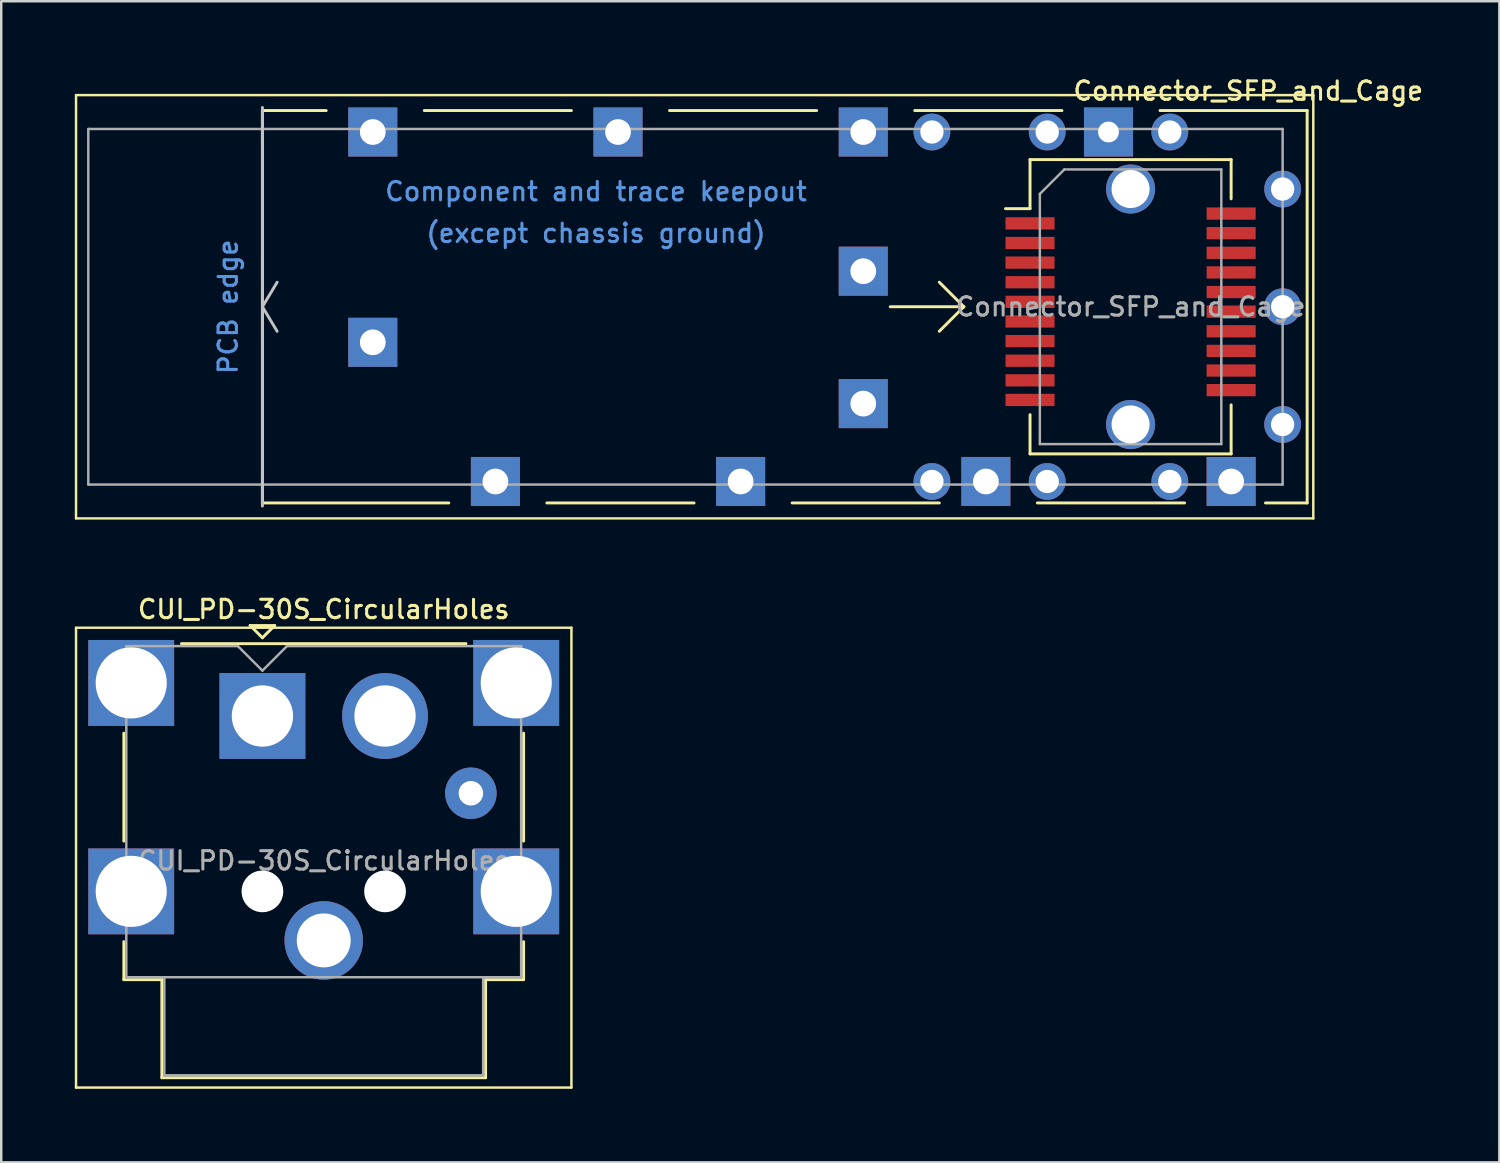
<source format=kicad_pcb>
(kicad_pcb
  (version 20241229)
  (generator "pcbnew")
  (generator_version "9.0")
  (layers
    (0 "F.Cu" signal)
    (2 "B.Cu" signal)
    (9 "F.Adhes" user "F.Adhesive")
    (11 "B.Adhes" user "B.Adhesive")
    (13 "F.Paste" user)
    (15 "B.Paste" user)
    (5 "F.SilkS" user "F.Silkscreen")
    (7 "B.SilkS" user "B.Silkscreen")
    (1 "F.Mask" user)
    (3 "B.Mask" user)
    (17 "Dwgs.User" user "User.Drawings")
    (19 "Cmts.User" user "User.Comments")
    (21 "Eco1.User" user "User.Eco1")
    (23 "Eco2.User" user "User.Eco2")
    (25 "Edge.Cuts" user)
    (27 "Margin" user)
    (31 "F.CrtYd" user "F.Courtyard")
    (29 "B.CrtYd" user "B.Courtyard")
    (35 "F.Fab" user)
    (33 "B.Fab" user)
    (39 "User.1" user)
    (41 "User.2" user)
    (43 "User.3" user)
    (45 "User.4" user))
  (footprint "CUI_PD-30S_CircularHoles"
    (layer "F.Cu")
    (at 7.65 26.146)
    (property "Reference" "CUI_PD-30S_CircularHoles" (at 2.5 -4.35 0) (layer "F.SilkS") (effects (font (size 0.75 0.75) (thickness 0.125))))
    (attr through_hole)
    (fp_line (start -7.6 -3.6) (end 12.6 -3.6) (stroke (width 0.1) (type solid)) (layer "F.SilkS"))
    (fp_line (start -7.6 15.15) (end -7.6 -3.6) (stroke (width 0.1) (type solid)) (layer "F.SilkS"))
    (fp_line (start -5.65 5.1) (end -5.65 0.7) (stroke (width 0.12) (type solid)) (layer "F.SilkS"))
    (fp_line (start -5.65 10.75) (end -5.65 9.2) (stroke (width 0.12) (type solid)) (layer "F.SilkS"))
    (fp_line (start -4.1 10.75) (end -5.65 10.75) (stroke (width 0.12) (type solid)) (layer "F.SilkS"))
    (fp_line (start -4.1 14.75) (end -4.1 10.75) (stroke (width 0.12) (type solid)) (layer "F.SilkS"))
    (fp_line (start -3.3 -2.95) (end 8.3 -2.95) (stroke (width 0.12) (type solid)) (layer "F.SilkS"))
    (fp_line (start -0.5 -3.69) (end 0.5 -3.69) (stroke (width 0.12) (type solid)) (layer "F.SilkS"))
    (fp_line (start 0 -3.19) (end -0.5 -3.69) (stroke (width 0.12) (type solid)) (layer "F.SilkS"))
    (fp_line (start 0.5 -3.69) (end 0 -3.19) (stroke (width 0.12) (type solid)) (layer "F.SilkS"))
    (fp_line (start 9.1 10.75) (end 9.1 14.75) (stroke (width 0.12) (type solid)) (layer "F.SilkS"))
    (fp_line (start 9.1 14.75) (end -4.1 14.75) (stroke (width 0.12) (type solid)) (layer "F.SilkS"))
    (fp_line (start 10.65 0.7) (end 10.65 5.1) (stroke (width 0.12) (type solid)) (layer "F.SilkS"))
    (fp_line (start 10.65 9.2) (end 10.65 10.75) (stroke (width 0.12) (type solid)) (layer "F.SilkS"))
    (fp_line (start 10.65 10.75) (end 9.1 10.75) (stroke (width 0.12) (type solid)) (layer "F.SilkS"))
    (fp_line (start 12.6 -3.6) (end 12.6 15.15) (stroke (width 0.1) (type solid)) (layer "F.SilkS"))
    (fp_line (start 12.6 15.15) (end -7.6 15.15) (stroke (width 0.1) (type solid)) (layer "F.SilkS"))
    (fp_line (start -5.55 -2.85) (end -1 -2.85) (stroke (width 0.1) (type solid)) (layer "F.Fab"))
    (fp_line (start -5.55 10.65) (end -5.55 -2.85) (stroke (width 0.1) (type solid)) (layer "F.Fab"))
    (fp_line (start -4 10.65) (end -5.55 10.65) (stroke (width 0.1) (type solid)) (layer "F.Fab"))
    (fp_line (start -4 10.65) (end 9 10.65) (stroke (width 0.1) (type solid)) (layer "F.Fab"))
    (fp_line (start -4 14.65) (end -4 10.65) (stroke (width 0.1) (type solid)) (layer "F.Fab"))
    (fp_line (start -1 -2.85) (end 0 -1.85) (stroke (width 0.1) (type solid)) (layer "F.Fab"))
    (fp_line (start 0 -1.85) (end 1 -2.85) (stroke (width 0.1) (type solid)) (layer "F.Fab"))
    (fp_line (start 1 -2.85) (end 10.55 -2.85) (stroke (width 0.1) (type solid)) (layer "F.Fab"))
    (fp_line (start 9 10.65) (end 9 14.65) (stroke (width 0.1) (type solid)) (layer "F.Fab"))
    (fp_line (start 9 14.65) (end -4 14.65) (stroke (width 0.1) (type solid)) (layer "F.Fab"))
    (fp_line (start 10.55 -2.85) (end 10.55 10.65) (stroke (width 0.1) (type solid)) (layer "F.Fab"))
    (fp_line (start 10.55 10.65) (end 9 10.65) (stroke (width 0.1) (type solid)) (layer "F.Fab"))
    (fp_text user "${REFERENCE}" (at 2.5 5.9 0) (layer "F.Fab") (effects (font (size 0.75 0.75) (thickness 0.125))))
    (pad "" np_thru_hole circle (at 0 7.15) (size 1.7 1.7) (drill 1.7) (layers "*.Cu" "*.Mask"))
    (pad "" np_thru_hole circle (at 5 7.15) (size 1.7 1.7) (drill 1.7) (layers "*.Cu" "*.Mask"))
    (pad "1" thru_hole rect (at 0 0) (size 3.5 3.5) (drill 2.5) (layers "*.Cu" "*.Mask"))
    (pad "2" thru_hole circle (at 5 0) (size 3.5 3.5) (drill 2.5) (layers "*.Cu" "*.Mask"))
    (pad "3" thru_hole circle (at 8.5 3.15) (size 2.1 2.1) (drill 1) (layers "*.Cu" "*.Mask"))
    (pad "4" thru_hole circle (at 2.5 9.15) (size 3.2 3.2) (drill 2.2) (layers "*.Cu" "*.Mask"))
    (pad "SH" thru_hole rect (at -5.35 -1.35) (size 3.5 3.5) (drill 2.9) (layers "*.Cu" "*.Mask"))
    (pad "SH" thru_hole rect (at -5.35 7.15) (size 3.5 3.5) (drill 2.9) (layers "*.Cu" "*.Mask"))
    (pad "SH" thru_hole rect (at 10.35 -1.35) (size 3.5 3.5) (drill 2.9) (layers "*.Cu" "*.Mask"))
    (pad "SH" thru_hole rect (at 10.35 7.15) (size 3.5 3.5) (drill 2.9) (layers "*.Cu" "*.Mask")))
  (footprint "Connector_SFP_and_Cage"
    (layer "F.Cu")
    (at 49.25 9.458)
    (property "Reference" "Connector_SFP_and_Cage" (at -1.4 -8.8 0) (layer "F.SilkS") (effects (font (size 0.75 0.75) (thickness 0.125))))
    (attr smd)
    (fp_line (start -49.2 -8.63) (end -49.2 8.63) (stroke (width 0.1) (type solid)) (layer "F.SilkS"))
    (fp_line (start -49.2 -8.63) (end 1.25 -8.63) (stroke (width 0.1) (type solid)) (layer "F.SilkS"))
    (fp_line (start -41.6 8) (end -41.6 -8) (stroke (width 0.12) (type solid)) (layer "F.SilkS"))
    (fp_line (start -39 -8) (end -41.6 -8) (stroke (width 0.12) (type solid)) (layer "F.SilkS"))
    (fp_line (start -34 8) (end -41.6 8) (stroke (width 0.12) (type solid)) (layer "F.SilkS"))
    (fp_line (start -30 8) (end -24 8) (stroke (width 0.12) (type solid)) (layer "F.SilkS"))
    (fp_line (start -29 -8) (end -35 -8) (stroke (width 0.12) (type solid)) (layer "F.SilkS"))
    (fp_line (start -20 8) (end -14 8) (stroke (width 0.12) (type solid)) (layer "F.SilkS"))
    (fp_line (start -19 -8) (end -25 -8) (stroke (width 0.12) (type solid)) (layer "F.SilkS"))
    (fp_line (start -13 0) (end -16 0) (stroke (width 0.12) (type solid)) (layer "F.SilkS"))
    (fp_line (start -13 0) (end -14 -1) (stroke (width 0.12) (type solid)) (layer "F.SilkS"))
    (fp_line (start -13 0) (end -14 1) (stroke (width 0.12) (type solid)) (layer "F.SilkS"))
    (fp_line (start -10.3 -6) (end -10.3 -4) (stroke (width 0.12) (type solid)) (layer "F.SilkS"))
    (fp_line (start -10.3 -4) (end -11.3 -4) (stroke (width 0.12) (type solid)) (layer "F.SilkS"))
    (fp_line (start -10.3 4.4) (end -10.3 6) (stroke (width 0.12) (type solid)) (layer "F.SilkS"))
    (fp_line (start -10 8) (end -4 8) (stroke (width 0.12) (type solid)) (layer "F.SilkS"))
    (fp_line (start -9 -8) (end -15 -8) (stroke (width 0.12) (type solid)) (layer "F.SilkS"))
    (fp_line (start -2.1 -6) (end -10.3 -6) (stroke (width 0.12) (type solid)) (layer "F.SilkS"))
    (fp_line (start -2.1 -4.4) (end -2.1 -6) (stroke (width 0.12) (type solid)) (layer "F.SilkS"))
    (fp_line (start -2.1 4) (end -2.1 6) (stroke (width 0.12) (type solid)) (layer "F.SilkS"))
    (fp_line (start -2.1 6) (end -10.3 6) (stroke (width 0.12) (type solid)) (layer "F.SilkS"))
    (fp_line (start -0.7 8) (end 1 8) (stroke (width 0.12) (type solid)) (layer "F.SilkS"))
    (fp_line (start 1 -8) (end -5 -8) (stroke (width 0.12) (type solid)) (layer "F.SilkS"))
    (fp_line (start 1 8) (end 1 -8) (stroke (width 0.12) (type solid)) (layer "F.SilkS"))
    (fp_line (start 1.25 8.63) (end -49.2 8.63) (stroke (width 0.1) (type solid)) (layer "F.SilkS"))
    (fp_line (start 1.25 8.63) (end 1.25 -8.63) (stroke (width 0.1) (type solid)) (layer "F.SilkS"))
    (fp_line (start -41.6 0) (end -41 -1) (stroke (width 0.12) (type solid)) (layer "Dwgs.User"))
    (fp_line (start -41.6 8.125) (end -41.6 -8.125) (stroke (width 0.12) (type solid)) (layer "Dwgs.User"))
    (fp_line (start -41 1) (end -41.6 0) (stroke (width 0.12) (type solid)) (layer "Dwgs.User"))
    (fp_line (start -48.7 -7.25) (end -48.7 7.25) (stroke (width 0.1) (type solid)) (layer "F.Fab"))
    (fp_line (start -9.9 -4.6) (end -9.9 5.6) (stroke (width 0.1) (type solid)) (layer "F.Fab"))
    (fp_line (start -9.9 -4.6) (end -8.9 -5.6) (stroke (width 0.1) (type solid)) (layer "F.Fab"))
    (fp_line (start -2.5 -5.6) (end -8.9 -5.6) (stroke (width 0.1) (type solid)) (layer "F.Fab"))
    (fp_line (start -2.5 -5.6) (end -2.5 5.6) (stroke (width 0.1) (type solid)) (layer "F.Fab"))
    (fp_line (start -2.5 5.6) (end -9.9 5.6) (stroke (width 0.1) (type solid)) (layer "F.Fab"))
    (fp_line (start 0 -7.25) (end -48.7 -7.25) (stroke (width 0.1) (type solid)) (layer "F.Fab"))
    (fp_line (start 0 -7.25) (end 0 7.25) (stroke (width 0.1) (type solid)) (layer "F.Fab"))
    (fp_line (start 0 7.25) (end -48.7 7.25) (stroke (width 0.1) (type solid)) (layer "F.Fab"))
    (fp_text user "(except chassis ground)" (at -28 -3 0) (layer "Cmts.User") (effects (font (size 0.75 0.75) (thickness 0.125))))
    (fp_text user "PCB edge" (at -43 0 90) (layer "Cmts.User") (effects (font (size 0.75 0.75) (thickness 0.125))))
    (fp_text user "Component and trace keepout" (at -28 -4.7 0) (layer "Cmts.User") (effects (font (size 0.75 0.75) (thickness 0.125))))
    (fp_text user "${REFERENCE}" (at -6.2 0 0) (layer "F.Fab") (effects (font (size 0.75 0.75) (thickness 0.125))))
    (pad "" np_thru_hole circle (at -6.2 -4.8) (size 2 2) (drill 1.55) (layers "*.Cu" "*.Mask"))
    (pad "" np_thru_hole circle (at -6.2 4.8) (size 2 2) (drill 1.55) (layers "*.Cu" "*.Mask"))
    (pad "1" smd rect (at -10.3 -3.4) (size 2 0.5) (layers "F.Cu" "F.Mask" "F.Paste"))
    (pad "2" smd rect (at -10.3 -2.6) (size 2 0.5) (layers "F.Cu" "F.Mask" "F.Paste"))
    (pad "3" smd rect (at -10.3 -1.8) (size 2 0.5) (layers "F.Cu" "F.Mask" "F.Paste"))
    (pad "4" smd rect (at -10.3 -1) (size 2 0.5) (layers "F.Cu" "F.Mask" "F.Paste"))
    (pad "5" smd rect (at -10.3 -0.2) (size 2 0.5) (layers "F.Cu" "F.Mask" "F.Paste"))
    (pad "6" smd rect (at -10.3 0.6) (size 2 0.5) (layers "F.Cu" "F.Mask" "F.Paste"))
    (pad "7" smd rect (at -10.3 1.4) (size 2 0.5) (layers "F.Cu" "F.Mask" "F.Paste"))
    (pad "8" smd rect (at -10.3 2.2) (size 2 0.5) (layers "F.Cu" "F.Mask" "F.Paste"))
    (pad "9" smd rect (at -10.3 3) (size 2 0.5) (layers "F.Cu" "F.Mask" "F.Paste"))
    (pad "10" smd rect (at -10.3 3.8) (size 2 0.5) (layers "F.Cu" "F.Mask" "F.Paste"))
    (pad "11" smd rect (at -2.1 3.4) (size 2 0.5) (layers "F.Cu" "F.Mask" "F.Paste"))
    (pad "12" smd rect (at -2.1 2.6) (size 2 0.5) (layers "F.Cu" "F.Mask" "F.Paste"))
    (pad "13" smd rect (at -2.1 1.8) (size 2 0.5) (layers "F.Cu" "F.Mask" "F.Paste"))
    (pad "14" smd rect (at -2.1 1) (size 2 0.5) (layers "F.Cu" "F.Mask" "F.Paste"))
    (pad "15" smd rect (at -2.1 0.2) (size 2 0.5) (layers "F.Cu" "F.Mask" "F.Paste"))
    (pad "16" smd rect (at -2.1 -0.6) (size 2 0.5) (layers "F.Cu" "F.Mask" "F.Paste"))
    (pad "17" smd rect (at -2.1 -1.4) (size 2 0.5) (layers "F.Cu" "F.Mask" "F.Paste"))
    (pad "18" smd rect (at -2.1 -2.2) (size 2 0.5) (layers "F.Cu" "F.Mask" "F.Paste"))
    (pad "19" smd rect (at -2.1 -3) (size 2 0.5) (layers "F.Cu" "F.Mask" "F.Paste"))
    (pad "20" smd rect (at -2.1 -3.8) (size 2 0.5) (layers "F.Cu" "F.Mask" "F.Paste"))
    (pad "CAGE" thru_hole rect (at -37.1 -7.125) (size 2 2) (drill 1.05) (layers "*.Cu" "*.Mask"))
    (pad "CAGE" thru_hole rect (at -37.1 1.45) (size 2 2) (drill 1.05) (layers "*.Cu" "*.Mask"))
    (pad "CAGE" thru_hole rect (at -32.1 7.125) (size 2 2) (drill 1.05) (layers "*.Cu" "*.Mask"))
    (pad "CAGE" thru_hole rect (at -27.1 -7.125) (size 2 2) (drill 1.05) (layers "*.Cu" "*.Mask"))
    (pad "CAGE" thru_hole rect (at -22.1 7.125) (size 2 2) (drill 1.05) (layers "*.Cu" "*.Mask"))
    (pad "CAGE" thru_hole rect (at -17.1 -7.125) (size 2 2) (drill 1.05) (layers "*.Cu" "*.Mask"))
    (pad "CAGE" thru_hole rect (at -17.1 -1.45) (size 2 2) (drill 1.05) (layers "*.Cu" "*.Mask"))
    (pad "CAGE" thru_hole rect (at -17.1 3.95) (size 2 2) (drill 1.05) (layers "*.Cu" "*.Mask"))
    (pad "CAGE" thru_hole circle (at -14.3 -7.125) (size 1.5 1.5) (drill 0.95) (layers "*.Cu" "*.Mask"))
    (pad "CAGE" thru_hole circle (at -14.3 7.125) (size 1.5 1.5) (drill 0.95) (layers "*.Cu" "*.Mask"))
    (pad "CAGE" thru_hole rect (at -12.1 7.125) (size 2 2) (drill 1.05) (layers "*.Cu" "*.Mask"))
    (pad "CAGE" thru_hole circle (at -9.6 -7.125) (size 1.5 1.5) (drill 0.95) (layers "*.Cu" "*.Mask"))
    (pad "CAGE" thru_hole circle (at -9.6 7.125) (size 1.5 1.5) (drill 0.95) (layers "*.Cu" "*.Mask"))
    (pad "CAGE" thru_hole rect (at -7.1 -7.125) (size 2 2) (drill 0.85) (layers "*.Cu" "*.Mask"))
    (pad "CAGE" thru_hole circle (at -4.6 -7.125) (size 1.5 1.5) (drill 0.95) (layers "*.Cu" "*.Mask"))
    (pad "CAGE" thru_hole circle (at -4.6 7.125) (size 1.5 1.5) (drill 0.95) (layers "*.Cu" "*.Mask"))
    (pad "CAGE" thru_hole rect (at -2.1 7.125) (size 2 2) (drill 1.05) (layers "*.Cu" "*.Mask"))
    (pad "CAGE" thru_hole circle (at 0 -4.8) (size 1.5 1.5) (drill 0.95) (layers "*.Cu" "*.Mask"))
    (pad "CAGE" thru_hole circle (at 0 0) (size 1.5 1.5) (drill 0.95) (layers "*.Cu" "*.Mask"))
    (pad "CAGE" thru_hole circle (at 0 4.8) (size 1.5 1.5) (drill 0.95) (layers "*.Cu" "*.Mask"))
    (zone (net_name "") (layer "F.Cu") (hatch full 0.508) (connect_pads) (min_thickness 0.254) (filled_areas_thickness no) (keepout (tracks not_allowed) (vias allowed) (pads allowed) (copperpour allowed) (footprints not_allowed)) (placement (enabled no)) (fill) (polygon (pts (xy 49.95 5.858) (xy 48.95 5.858) (xy 48.95 3.358) (xy 34.45 3.358) (xy 34.45 15.558) (xy 48.95 15.558) (xy 48.95 12.558) (xy 49.95 12.558) (xy 49.95 17.583) (xy 7.65 17.583) (xy 7.65 1.333) (xy 49.95 1.333)))))
  (gr_rect
    (start -3 -3)
    (end 58.087 44.346)
    (stroke (width 0.1) (type default))
    (fill no)
    (layer "Edge.Cuts")))
</source>
